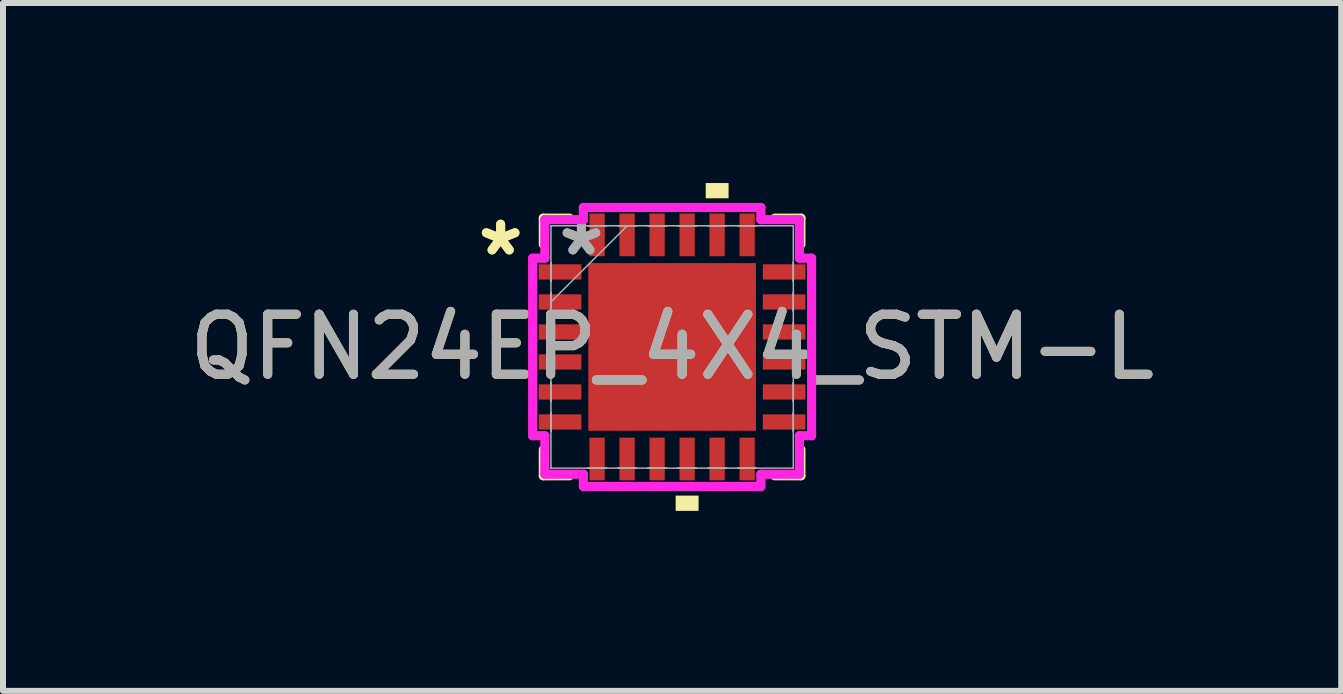
<source format=kicad_pcb>
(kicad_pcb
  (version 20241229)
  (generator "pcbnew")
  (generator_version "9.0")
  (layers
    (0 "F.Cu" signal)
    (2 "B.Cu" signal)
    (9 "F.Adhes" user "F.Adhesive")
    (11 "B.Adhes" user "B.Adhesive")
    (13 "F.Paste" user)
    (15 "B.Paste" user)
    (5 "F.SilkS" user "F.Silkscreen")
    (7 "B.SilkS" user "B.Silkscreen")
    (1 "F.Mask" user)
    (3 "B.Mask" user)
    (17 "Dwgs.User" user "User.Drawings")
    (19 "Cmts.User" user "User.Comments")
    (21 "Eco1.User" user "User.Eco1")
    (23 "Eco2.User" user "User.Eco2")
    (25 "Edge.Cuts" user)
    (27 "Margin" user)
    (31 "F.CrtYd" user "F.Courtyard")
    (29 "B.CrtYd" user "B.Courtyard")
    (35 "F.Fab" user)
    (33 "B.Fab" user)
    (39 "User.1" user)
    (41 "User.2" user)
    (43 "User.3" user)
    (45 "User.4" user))
  (footprint "QFN24EP_4X4_STM-L"
    (layer "F.Cu")
    (at 8.149 2.731)
    (property "Reference" "QFN24EP_4X4_STM-L" (at 0 0 0) (unlocked yes) (layer "F.SilkS") (effects (font (size 1 1) (thickness 0.15))))
    (attr smd)
    (fp_line (start -2.146 -2.146) (end -2.146 -1.71) (stroke (width 0.152) (type solid)) (layer "F.SilkS"))
    (fp_line (start -2.146 1.71) (end -2.146 2.146) (stroke (width 0.152) (type solid)) (layer "F.SilkS"))
    (fp_line (start -2.146 2.146) (end -1.71 2.146) (stroke (width 0.152) (type solid)) (layer "F.SilkS"))
    (fp_line (start -1.71 -2.146) (end -2.146 -2.146) (stroke (width 0.152) (type solid)) (layer "F.SilkS"))
    (fp_line (start 1.71 2.146) (end 2.146 2.146) (stroke (width 0.152) (type solid)) (layer "F.SilkS"))
    (fp_line (start 2.146 -2.146) (end 1.71 -2.146) (stroke (width 0.152) (type solid)) (layer "F.SilkS"))
    (fp_line (start 2.146 -1.71) (end 2.146 -2.146) (stroke (width 0.152) (type solid)) (layer "F.SilkS"))
    (fp_line (start 2.146 2.146) (end 2.146 1.71) (stroke (width 0.152) (type solid)) (layer "F.SilkS"))
    (fp_poly (pts (xy 0.059 2.477) (xy 0.059 2.731) (xy 0.441 2.731) (xy 0.441 2.477)) (stroke (width 0) (type solid)) (fill yes) (layer "F.SilkS"))
    (fp_poly (pts (xy 0.56 -2.477) (xy 0.56 -2.731) (xy 0.941 -2.731) (xy 0.941 -2.477)) (stroke (width 0) (type solid)) (fill yes) (layer "F.SilkS"))
    (fp_poly (pts (xy -1.297 -1.297) (xy -1.297 -0.1) (xy -0.1 -0.1) (xy -0.1 -1.297)) (stroke (width 0) (type solid)) (fill yes) (layer "F.Paste"))
    (fp_poly (pts (xy -1.297 0.1) (xy -1.297 1.297) (xy -0.1 1.297) (xy -0.1 0.1)) (stroke (width 0) (type solid)) (fill yes) (layer "F.Paste"))
    (fp_poly (pts (xy 0.1 -1.297) (xy 0.1 -0.1) (xy 1.297 -0.1) (xy 1.297 -1.297)) (stroke (width 0) (type solid)) (fill yes) (layer "F.Paste"))
    (fp_poly (pts (xy 0.1 0.1) (xy 0.1 1.297) (xy 1.297 1.297) (xy 1.297 0.1)) (stroke (width 0) (type solid)) (fill yes) (layer "F.Paste"))
    (fp_line (start -2.324 -1.479) (end -2.121 -1.479) (stroke (width 0.152) (type solid)) (layer "F.CrtYd"))
    (fp_line (start -2.324 1.479) (end -2.324 -1.479) (stroke (width 0.152) (type solid)) (layer "F.CrtYd"))
    (fp_line (start -2.121 -2.121) (end -1.479 -2.121) (stroke (width 0.152) (type solid)) (layer "F.CrtYd"))
    (fp_line (start -2.121 -1.479) (end -2.121 -2.121) (stroke (width 0.152) (type solid)) (layer "F.CrtYd"))
    (fp_line (start -2.121 1.479) (end -2.324 1.479) (stroke (width 0.152) (type solid)) (layer "F.CrtYd"))
    (fp_line (start -2.121 2.121) (end -2.121 1.479) (stroke (width 0.152) (type solid)) (layer "F.CrtYd"))
    (fp_line (start -1.479 -2.324) (end 1.479 -2.324) (stroke (width 0.152) (type solid)) (layer "F.CrtYd"))
    (fp_line (start -1.479 -2.121) (end -1.479 -2.324) (stroke (width 0.152) (type solid)) (layer "F.CrtYd"))
    (fp_line (start -1.479 2.121) (end -2.121 2.121) (stroke (width 0.152) (type solid)) (layer "F.CrtYd"))
    (fp_line (start -1.479 2.324) (end -1.479 2.121) (stroke (width 0.152) (type solid)) (layer "F.CrtYd"))
    (fp_line (start 1.479 -2.324) (end 1.479 -2.121) (stroke (width 0.152) (type solid)) (layer "F.CrtYd"))
    (fp_line (start 1.479 -2.121) (end 2.121 -2.121) (stroke (width 0.152) (type solid)) (layer "F.CrtYd"))
    (fp_line (start 1.479 2.121) (end 1.479 2.324) (stroke (width 0.152) (type solid)) (layer "F.CrtYd"))
    (fp_line (start 1.479 2.324) (end -1.479 2.324) (stroke (width 0.152) (type solid)) (layer "F.CrtYd"))
    (fp_line (start 2.121 -2.121) (end 2.121 -1.479) (stroke (width 0.152) (type solid)) (layer "F.CrtYd"))
    (fp_line (start 2.121 -1.479) (end 2.324 -1.479) (stroke (width 0.152) (type solid)) (layer "F.CrtYd"))
    (fp_line (start 2.121 1.479) (end 2.121 2.121) (stroke (width 0.152) (type solid)) (layer "F.CrtYd"))
    (fp_line (start 2.121 2.121) (end 1.479 2.121) (stroke (width 0.152) (type solid)) (layer "F.CrtYd"))
    (fp_line (start 2.324 -1.479) (end 2.324 1.479) (stroke (width 0.152) (type solid)) (layer "F.CrtYd"))
    (fp_line (start 2.324 1.479) (end 2.121 1.479) (stroke (width 0.152) (type solid)) (layer "F.CrtYd"))
    (fp_line (start -2.019 -2.019) (end -2.019 -2.019) (stroke (width 0.025) (type solid)) (layer "F.Fab"))
    (fp_line (start -2.019 -2.019) (end -2.019 2.019) (stroke (width 0.025) (type solid)) (layer "F.Fab"))
    (fp_line (start -2.019 -1.402) (end -2.019 -1.402) (stroke (width 0.025) (type solid)) (layer "F.Fab"))
    (fp_line (start -2.019 -1.402) (end -2.019 -1.098) (stroke (width 0.025) (type solid)) (layer "F.Fab"))
    (fp_line (start -2.019 -1.098) (end -2.019 -1.402) (stroke (width 0.025) (type solid)) (layer "F.Fab"))
    (fp_line (start -2.019 -1.098) (end -2.019 -1.098) (stroke (width 0.025) (type solid)) (layer "F.Fab"))
    (fp_line (start -2.019 -0.902) (end -2.019 -0.902) (stroke (width 0.025) (type solid)) (layer "F.Fab"))
    (fp_line (start -2.019 -0.902) (end -2.019 -0.598) (stroke (width 0.025) (type solid)) (layer "F.Fab"))
    (fp_line (start -2.019 -0.749) (end -0.749 -2.019) (stroke (width 0.025) (type solid)) (layer "F.Fab"))
    (fp_line (start -2.019 -0.598) (end -2.019 -0.902) (stroke (width 0.025) (type solid)) (layer "F.Fab"))
    (fp_line (start -2.019 -0.598) (end -2.019 -0.598) (stroke (width 0.025) (type solid)) (layer "F.Fab"))
    (fp_line (start -2.019 -0.402) (end -2.019 -0.402) (stroke (width 0.025) (type solid)) (layer "F.Fab"))
    (fp_line (start -2.019 -0.402) (end -2.019 -0.098) (stroke (width 0.025) (type solid)) (layer "F.Fab"))
    (fp_line (start -2.019 -0.098) (end -2.019 -0.402) (stroke (width 0.025) (type solid)) (layer "F.Fab"))
    (fp_line (start -2.019 -0.098) (end -2.019 -0.098) (stroke (width 0.025) (type solid)) (layer "F.Fab"))
    (fp_line (start -2.019 0.098) (end -2.019 0.098) (stroke (width 0.025) (type solid)) (layer "F.Fab"))
    (fp_line (start -2.019 0.098) (end -2.019 0.402) (stroke (width 0.025) (type solid)) (layer "F.Fab"))
    (fp_line (start -2.019 0.402) (end -2.019 0.098) (stroke (width 0.025) (type solid)) (layer "F.Fab"))
    (fp_line (start -2.019 0.402) (end -2.019 0.402) (stroke (width 0.025) (type solid)) (layer "F.Fab"))
    (fp_line (start -2.019 0.598) (end -2.019 0.598) (stroke (width 0.025) (type solid)) (layer "F.Fab"))
    (fp_line (start -2.019 0.598) (end -2.019 0.902) (stroke (width 0.025) (type solid)) (layer "F.Fab"))
    (fp_line (start -2.019 0.902) (end -2.019 0.598) (stroke (width 0.025) (type solid)) (layer "F.Fab"))
    (fp_line (start -2.019 0.902) (end -2.019 0.902) (stroke (width 0.025) (type solid)) (layer "F.Fab"))
    (fp_line (start -2.019 1.098) (end -2.019 1.098) (stroke (width 0.025) (type solid)) (layer "F.Fab"))
    (fp_line (start -2.019 1.098) (end -2.019 1.402) (stroke (width 0.025) (type solid)) (layer "F.Fab"))
    (fp_line (start -2.019 1.402) (end -2.019 1.098) (stroke (width 0.025) (type solid)) (layer "F.Fab"))
    (fp_line (start -2.019 1.402) (end -2.019 1.402) (stroke (width 0.025) (type solid)) (layer "F.Fab"))
    (fp_line (start -2.019 2.019) (end -2.019 2.019) (stroke (width 0.025) (type solid)) (layer "F.Fab"))
    (fp_line (start -2.019 2.019) (end 2.019 2.019) (stroke (width 0.025) (type solid)) (layer "F.Fab"))
    (fp_line (start -1.402 -2.019) (end -1.402 -2.019) (stroke (width 0.025) (type solid)) (layer "F.Fab"))
    (fp_line (start -1.402 -2.019) (end -1.098 -2.019) (stroke (width 0.025) (type solid)) (layer "F.Fab"))
    (fp_line (start -1.402 2.019) (end -1.402 2.019) (stroke (width 0.025) (type solid)) (layer "F.Fab"))
    (fp_line (start -1.402 2.019) (end -1.098 2.019) (stroke (width 0.025) (type solid)) (layer "F.Fab"))
    (fp_line (start -1.098 -2.019) (end -1.402 -2.019) (stroke (width 0.025) (type solid)) (layer "F.Fab"))
    (fp_line (start -1.098 -2.019) (end -1.098 -2.019) (stroke (width 0.025) (type solid)) (layer "F.Fab"))
    (fp_line (start -1.098 2.019) (end -1.402 2.019) (stroke (width 0.025) (type solid)) (layer "F.Fab"))
    (fp_line (start -1.098 2.019) (end -1.098 2.019) (stroke (width 0.025) (type solid)) (layer "F.Fab"))
    (fp_line (start -0.902 -2.019) (end -0.902 -2.019) (stroke (width 0.025) (type solid)) (layer "F.Fab"))
    (fp_line (start -0.902 -2.019) (end -0.598 -2.019) (stroke (width 0.025) (type solid)) (layer "F.Fab"))
    (fp_line (start -0.902 2.019) (end -0.902 2.019) (stroke (width 0.025) (type solid)) (layer "F.Fab"))
    (fp_line (start -0.902 2.019) (end -0.598 2.019) (stroke (width 0.025) (type solid)) (layer "F.Fab"))
    (fp_line (start -0.598 -2.019) (end -0.902 -2.019) (stroke (width 0.025) (type solid)) (layer "F.Fab"))
    (fp_line (start -0.598 -2.019) (end -0.598 -2.019) (stroke (width 0.025) (type solid)) (layer "F.Fab"))
    (fp_line (start -0.598 2.019) (end -0.902 2.019) (stroke (width 0.025) (type solid)) (layer "F.Fab"))
    (fp_line (start -0.598 2.019) (end -0.598 2.019) (stroke (width 0.025) (type solid)) (layer "F.Fab"))
    (fp_line (start -0.402 -2.019) (end -0.402 -2.019) (stroke (width 0.025) (type solid)) (layer "F.Fab"))
    (fp_line (start -0.402 -2.019) (end -0.098 -2.019) (stroke (width 0.025) (type solid)) (layer "F.Fab"))
    (fp_line (start -0.402 2.019) (end -0.402 2.019) (stroke (width 0.025) (type solid)) (layer "F.Fab"))
    (fp_line (start -0.402 2.019) (end -0.098 2.019) (stroke (width 0.025) (type solid)) (layer "F.Fab"))
    (fp_line (start -0.098 -2.019) (end -0.402 -2.019) (stroke (width 0.025) (type solid)) (layer "F.Fab"))
    (fp_line (start -0.098 -2.019) (end -0.098 -2.019) (stroke (width 0.025) (type solid)) (layer "F.Fab"))
    (fp_line (start -0.098 2.019) (end -0.402 2.019) (stroke (width 0.025) (type solid)) (layer "F.Fab"))
    (fp_line (start -0.098 2.019) (end -0.098 2.019) (stroke (width 0.025) (type solid)) (layer "F.Fab"))
    (fp_line (start 0.098 -2.019) (end 0.098 -2.019) (stroke (width 0.025) (type solid)) (layer "F.Fab"))
    (fp_line (start 0.098 -2.019) (end 0.402 -2.019) (stroke (width 0.025) (type solid)) (layer "F.Fab"))
    (fp_line (start 0.098 2.019) (end 0.098 2.019) (stroke (width 0.025) (type solid)) (layer "F.Fab"))
    (fp_line (start 0.098 2.019) (end 0.402 2.019) (stroke (width 0.025) (type solid)) (layer "F.Fab"))
    (fp_line (start 0.402 -2.019) (end 0.098 -2.019) (stroke (width 0.025) (type solid)) (layer "F.Fab"))
    (fp_line (start 0.402 -2.019) (end 0.402 -2.019) (stroke (width 0.025) (type solid)) (layer "F.Fab"))
    (fp_line (start 0.402 2.019) (end 0.098 2.019) (stroke (width 0.025) (type solid)) (layer "F.Fab"))
    (fp_line (start 0.402 2.019) (end 0.402 2.019) (stroke (width 0.025) (type solid)) (layer "F.Fab"))
    (fp_line (start 0.598 -2.019) (end 0.598 -2.019) (stroke (width 0.025) (type solid)) (layer "F.Fab"))
    (fp_line (start 0.598 -2.019) (end 0.902 -2.019) (stroke (width 0.025) (type solid)) (layer "F.Fab"))
    (fp_line (start 0.598 2.019) (end 0.598 2.019) (stroke (width 0.025) (type solid)) (layer "F.Fab"))
    (fp_line (start 0.598 2.019) (end 0.902 2.019) (stroke (width 0.025) (type solid)) (layer "F.Fab"))
    (fp_line (start 0.902 -2.019) (end 0.598 -2.019) (stroke (width 0.025) (type solid)) (layer "F.Fab"))
    (fp_line (start 0.902 -2.019) (end 0.902 -2.019) (stroke (width 0.025) (type solid)) (layer "F.Fab"))
    (fp_line (start 0.902 2.019) (end 0.598 2.019) (stroke (width 0.025) (type solid)) (layer "F.Fab"))
    (fp_line (start 0.902 2.019) (end 0.902 2.019) (stroke (width 0.025) (type solid)) (layer "F.Fab"))
    (fp_line (start 1.098 -2.019) (end 1.098 -2.019) (stroke (width 0.025) (type solid)) (layer "F.Fab"))
    (fp_line (start 1.098 -2.019) (end 1.402 -2.019) (stroke (width 0.025) (type solid)) (layer "F.Fab"))
    (fp_line (start 1.098 2.019) (end 1.098 2.019) (stroke (width 0.025) (type solid)) (layer "F.Fab"))
    (fp_line (start 1.098 2.019) (end 1.402 2.019) (stroke (width 0.025) (type solid)) (layer "F.Fab"))
    (fp_line (start 1.402 -2.019) (end 1.098 -2.019) (stroke (width 0.025) (type solid)) (layer "F.Fab"))
    (fp_line (start 1.402 -2.019) (end 1.402 -2.019) (stroke (width 0.025) (type solid)) (layer "F.Fab"))
    (fp_line (start 1.402 2.019) (end 1.098 2.019) (stroke (width 0.025) (type solid)) (layer "F.Fab"))
    (fp_line (start 1.402 2.019) (end 1.402 2.019) (stroke (width 0.025) (type solid)) (layer "F.Fab"))
    (fp_line (start 2.019 -2.019) (end -2.019 -2.019) (stroke (width 0.025) (type solid)) (layer "F.Fab"))
    (fp_line (start 2.019 -2.019) (end 2.019 -2.019) (stroke (width 0.025) (type solid)) (layer "F.Fab"))
    (fp_line (start 2.019 -1.402) (end 2.019 -1.402) (stroke (width 0.025) (type solid)) (layer "F.Fab"))
    (fp_line (start 2.019 -1.402) (end 2.019 -1.098) (stroke (width 0.025) (type solid)) (layer "F.Fab"))
    (fp_line (start 2.019 -1.098) (end 2.019 -1.402) (stroke (width 0.025) (type solid)) (layer "F.Fab"))
    (fp_line (start 2.019 -1.098) (end 2.019 -1.098) (stroke (width 0.025) (type solid)) (layer "F.Fab"))
    (fp_line (start 2.019 -0.902) (end 2.019 -0.902) (stroke (width 0.025) (type solid)) (layer "F.Fab"))
    (fp_line (start 2.019 -0.902) (end 2.019 -0.598) (stroke (width 0.025) (type solid)) (layer "F.Fab"))
    (fp_line (start 2.019 -0.598) (end 2.019 -0.902) (stroke (width 0.025) (type solid)) (layer "F.Fab"))
    (fp_line (start 2.019 -0.598) (end 2.019 -0.598) (stroke (width 0.025) (type solid)) (layer "F.Fab"))
    (fp_line (start 2.019 -0.402) (end 2.019 -0.402) (stroke (width 0.025) (type solid)) (layer "F.Fab"))
    (fp_line (start 2.019 -0.402) (end 2.019 -0.098) (stroke (width 0.025) (type solid)) (layer "F.Fab"))
    (fp_line (start 2.019 -0.098) (end 2.019 -0.402) (stroke (width 0.025) (type solid)) (layer "F.Fab"))
    (fp_line (start 2.019 -0.098) (end 2.019 -0.098) (stroke (width 0.025) (type solid)) (layer "F.Fab"))
    (fp_line (start 2.019 0.098) (end 2.019 0.098) (stroke (width 0.025) (type solid)) (layer "F.Fab"))
    (fp_line (start 2.019 0.098) (end 2.019 0.402) (stroke (width 0.025) (type solid)) (layer "F.Fab"))
    (fp_line (start 2.019 0.402) (end 2.019 0.098) (stroke (width 0.025) (type solid)) (layer "F.Fab"))
    (fp_line (start 2.019 0.402) (end 2.019 0.402) (stroke (width 0.025) (type solid)) (layer "F.Fab"))
    (fp_line (start 2.019 0.598) (end 2.019 0.598) (stroke (width 0.025) (type solid)) (layer "F.Fab"))
    (fp_line (start 2.019 0.598) (end 2.019 0.902) (stroke (width 0.025) (type solid)) (layer "F.Fab"))
    (fp_line (start 2.019 0.902) (end 2.019 0.598) (stroke (width 0.025) (type solid)) (layer "F.Fab"))
    (fp_line (start 2.019 0.902) (end 2.019 0.902) (stroke (width 0.025) (type solid)) (layer "F.Fab"))
    (fp_line (start 2.019 1.098) (end 2.019 1.098) (stroke (width 0.025) (type solid)) (layer "F.Fab"))
    (fp_line (start 2.019 1.098) (end 2.019 1.402) (stroke (width 0.025) (type solid)) (layer "F.Fab"))
    (fp_line (start 2.019 1.402) (end 2.019 1.098) (stroke (width 0.025) (type solid)) (layer "F.Fab"))
    (fp_line (start 2.019 1.402) (end 2.019 1.402) (stroke (width 0.025) (type solid)) (layer "F.Fab"))
    (fp_line (start 2.019 2.019) (end 2.019 -2.019) (stroke (width 0.025) (type solid)) (layer "F.Fab"))
    (fp_line (start 2.019 2.019) (end 2.019 2.019) (stroke (width 0.025) (type solid)) (layer "F.Fab"))
    (fp_text user "*" (at -2.857 -1.5 0) (layer "F.SilkS") (effects (font (size 1 1) (thickness 0.15))))
    (fp_text user "*" (at -2.857 -1.5 0) (unlocked yes) (layer "F.SilkS") (effects (font (size 1 1) (thickness 0.15))))
    (fp_text user "*" (at -1.511 -1.5 0) (unlocked yes) (layer "F.Fab") (effects (font (size 1 1) (thickness 0.15))))
    (fp_text user "*" (at -1.511 -1.5 0) (layer "F.Fab") (effects (font (size 1 1) (thickness 0.15))))
    (fp_text user "${REFERENCE}" (at 0 0 0) (unlocked yes) (layer "F.Fab") (effects (font (size 1 1) (thickness 0.15))))
    (pad "1" smd rect (at -1.867 -1.25 90) (size 0.254 0.711) (layers "F.Cu" "F.Mask" "F.Paste"))
    (pad "2" smd rect (at -1.867 -0.75 90) (size 0.254 0.711) (layers "F.Cu" "F.Mask" "F.Paste"))
    (pad "3" smd rect (at -1.867 -0.25 90) (size 0.254 0.711) (layers "F.Cu" "F.Mask" "F.Paste"))
    (pad "4" smd rect (at -1.867 0.25 90) (size 0.254 0.711) (layers "F.Cu" "F.Mask" "F.Paste"))
    (pad "5" smd rect (at -1.867 0.75 90) (size 0.254 0.711) (layers "F.Cu" "F.Mask" "F.Paste"))
    (pad "6" smd rect (at -1.867 1.25 90) (size 0.254 0.711) (layers "F.Cu" "F.Mask" "F.Paste"))
    (pad "7" smd rect (at -1.25 1.867) (size 0.254 0.711) (layers "F.Cu" "F.Mask" "F.Paste"))
    (pad "8" smd rect (at -0.75 1.867) (size 0.254 0.711) (layers "F.Cu" "F.Mask" "F.Paste"))
    (pad "9" smd rect (at -0.25 1.867) (size 0.254 0.711) (layers "F.Cu" "F.Mask" "F.Paste"))
    (pad "10" smd rect (at 0.25 1.867) (size 0.254 0.711) (layers "F.Cu" "F.Mask" "F.Paste"))
    (pad "11" smd rect (at 0.75 1.867) (size 0.254 0.711) (layers "F.Cu" "F.Mask" "F.Paste"))
    (pad "12" smd rect (at 1.25 1.867) (size 0.254 0.711) (layers "F.Cu" "F.Mask" "F.Paste"))
    (pad "13" smd rect (at 1.867 1.25 90) (size 0.254 0.711) (layers "F.Cu" "F.Mask" "F.Paste"))
    (pad "14" smd rect (at 1.867 0.75 90) (size 0.254 0.711) (layers "F.Cu" "F.Mask" "F.Paste"))
    (pad "15" smd rect (at 1.867 0.25 90) (size 0.254 0.711) (layers "F.Cu" "F.Mask" "F.Paste"))
    (pad "16" smd rect (at 1.867 -0.25 90) (size 0.254 0.711) (layers "F.Cu" "F.Mask" "F.Paste"))
    (pad "17" smd rect (at 1.867 -0.75 90) (size 0.254 0.711) (layers "F.Cu" "F.Mask" "F.Paste"))
    (pad "18" smd rect (at 1.867 -1.25 90) (size 0.254 0.711) (layers "F.Cu" "F.Mask" "F.Paste"))
    (pad "19" smd rect (at 1.25 -1.867) (size 0.254 0.711) (layers "F.Cu" "F.Mask" "F.Paste"))
    (pad "20" smd rect (at 0.75 -1.867) (size 0.254 0.711) (layers "F.Cu" "F.Mask" "F.Paste"))
    (pad "21" smd rect (at 0.25 -1.867) (size 0.254 0.711) (layers "F.Cu" "F.Mask" "F.Paste"))
    (pad "22" smd rect (at -0.25 -1.867) (size 0.254 0.711) (layers "F.Cu" "F.Mask" "F.Paste"))
    (pad "23" smd rect (at -0.75 -1.867) (size 0.254 0.711) (layers "F.Cu" "F.Mask" "F.Paste"))
    (pad "24" smd rect (at -1.25 -1.867) (size 0.254 0.711) (layers "F.Cu" "F.Mask" "F.Paste"))
    (pad "25" smd rect (at 0 0) (size 2.794 2.794) (layers "F.Cu" "F.Mask")))
  (gr_rect
    (start -3 -3)
    (end 19.298 8.461)
    (stroke (width 0.1) (type default))
    (fill no)
    (layer "Edge.Cuts")))
</source>
